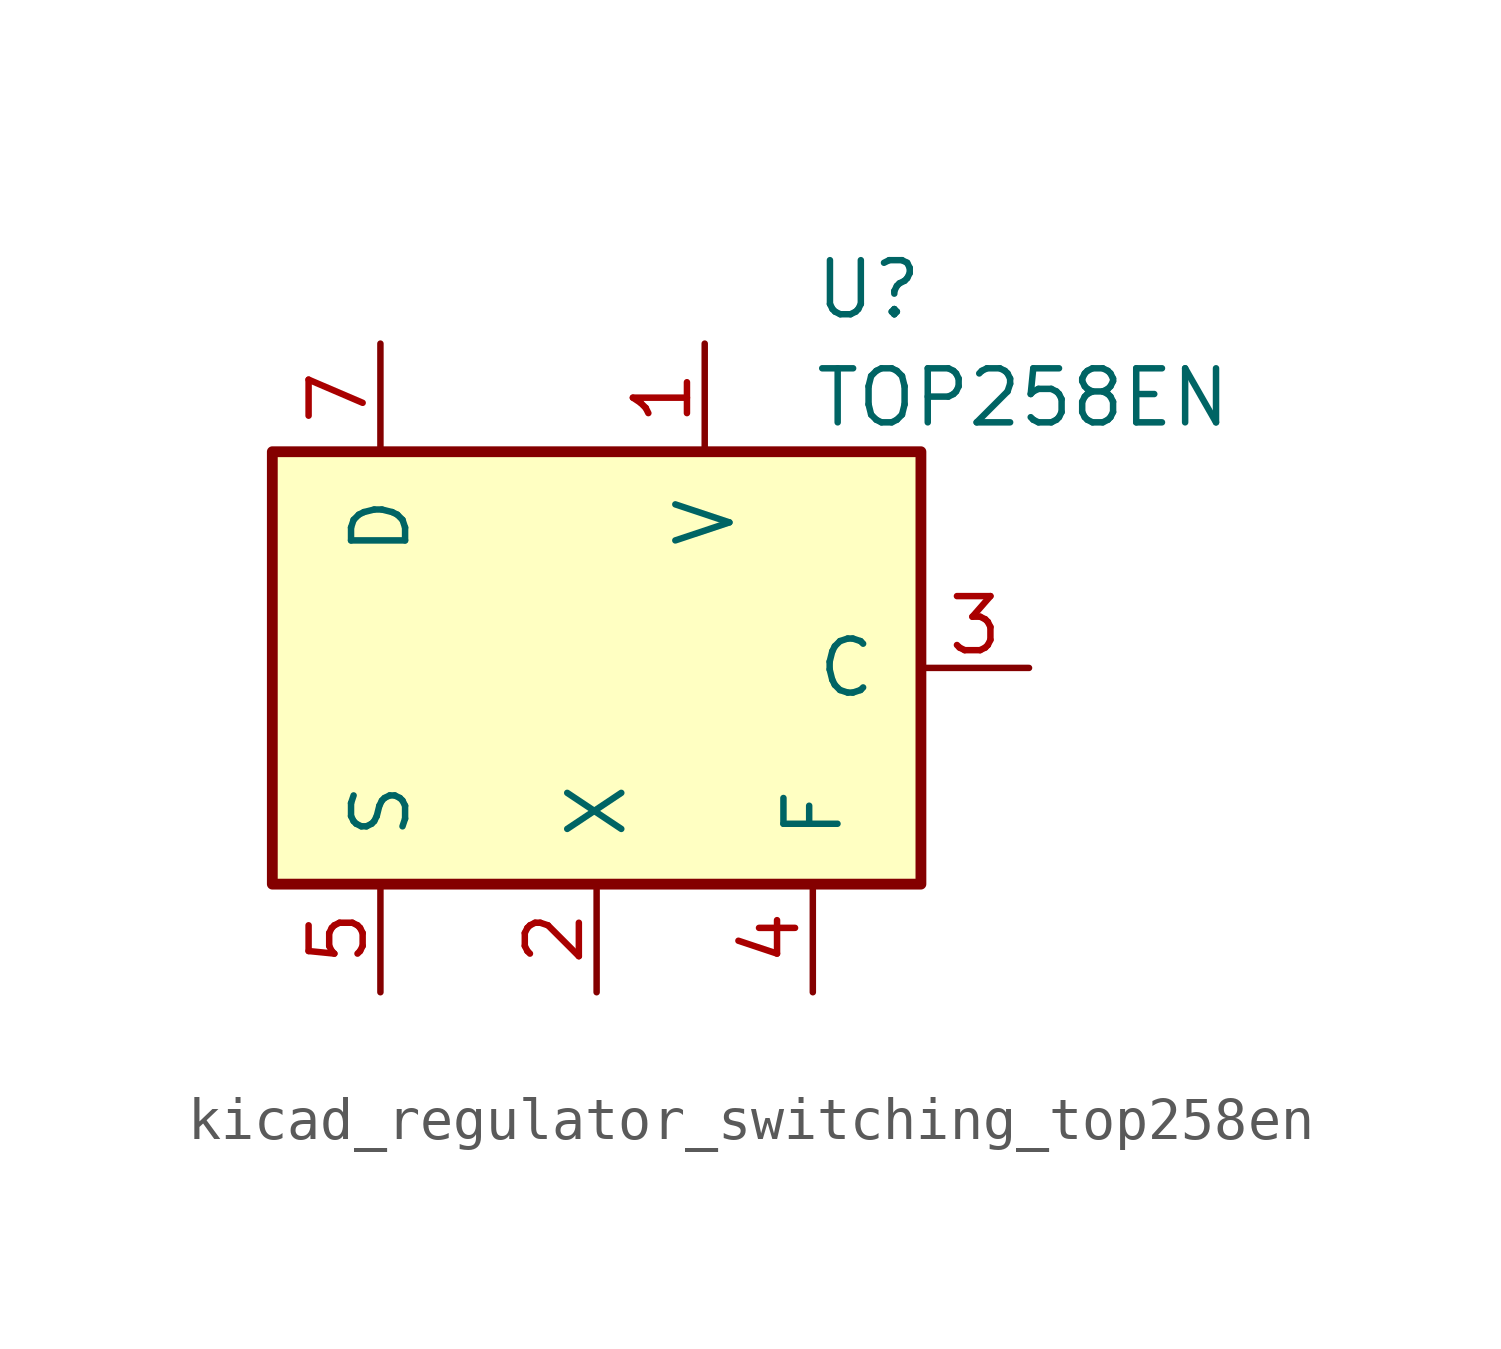
<source format=kicad_sym>
(kicad_symbol_lib
  (version 20220914)
  (generator kicad_symbol_editor)
  (symbol "kicad_regulator_switching_top258en"
    (pin_names
      (offset 1.016))
    (property "Reference" "U"
      (at 5.08 8.89 0)
      (effects (font (size 1.27 1.27)) (justify left)))
    (property "Value" "TOP258EN"
      (at 5.08 6.35 0)
      (effects (font (size 1.27 1.27)) (justify left)))
    (symbol "kicad_regulator_switching_top258en_0_1"
      (rectangle (start -7.62 5.08) (end 7.62 -5.08) (stroke (width 0.254) (type default)) (fill (type background))))
    (symbol "kicad_regulator_switching_top258en_1_1"
      (pin input line (at 2.54 7.62 270) (length 2.54) (name "V" (effects (font (size 1.27 1.27)))) (number "1" (effects (font (size 1.27 1.27)))))
      (pin input line (at 0 -7.62 90) (length 2.54) (name "X" (effects (font (size 1.27 1.27)))) (number "2" (effects (font (size 1.27 1.27)))))
      (pin input line (at 10.16 0 180) (length 2.54) (name "C" (effects (font (size 1.27 1.27)))) (number "3" (effects (font (size 1.27 1.27)))))
      (pin passive line (at 5.08 -7.62 90) (length 2.54) (name "F" (effects (font (size 1.27 1.27)))) (number "4" (effects (font (size 1.27 1.27)))))
      (pin power_in line (at -5.08 -7.62 90) (length 2.54) (name "S" (effects (font (size 1.27 1.27)))) (number "5" (effects (font (size 1.27 1.27)))))
      (pin open_collector line (at -5.08 7.62 270) (length 2.54) (name "D" (effects (font (size 1.27 1.27)))) (number "7" (effects (font (size 1.27 1.27))))))))
</source>
